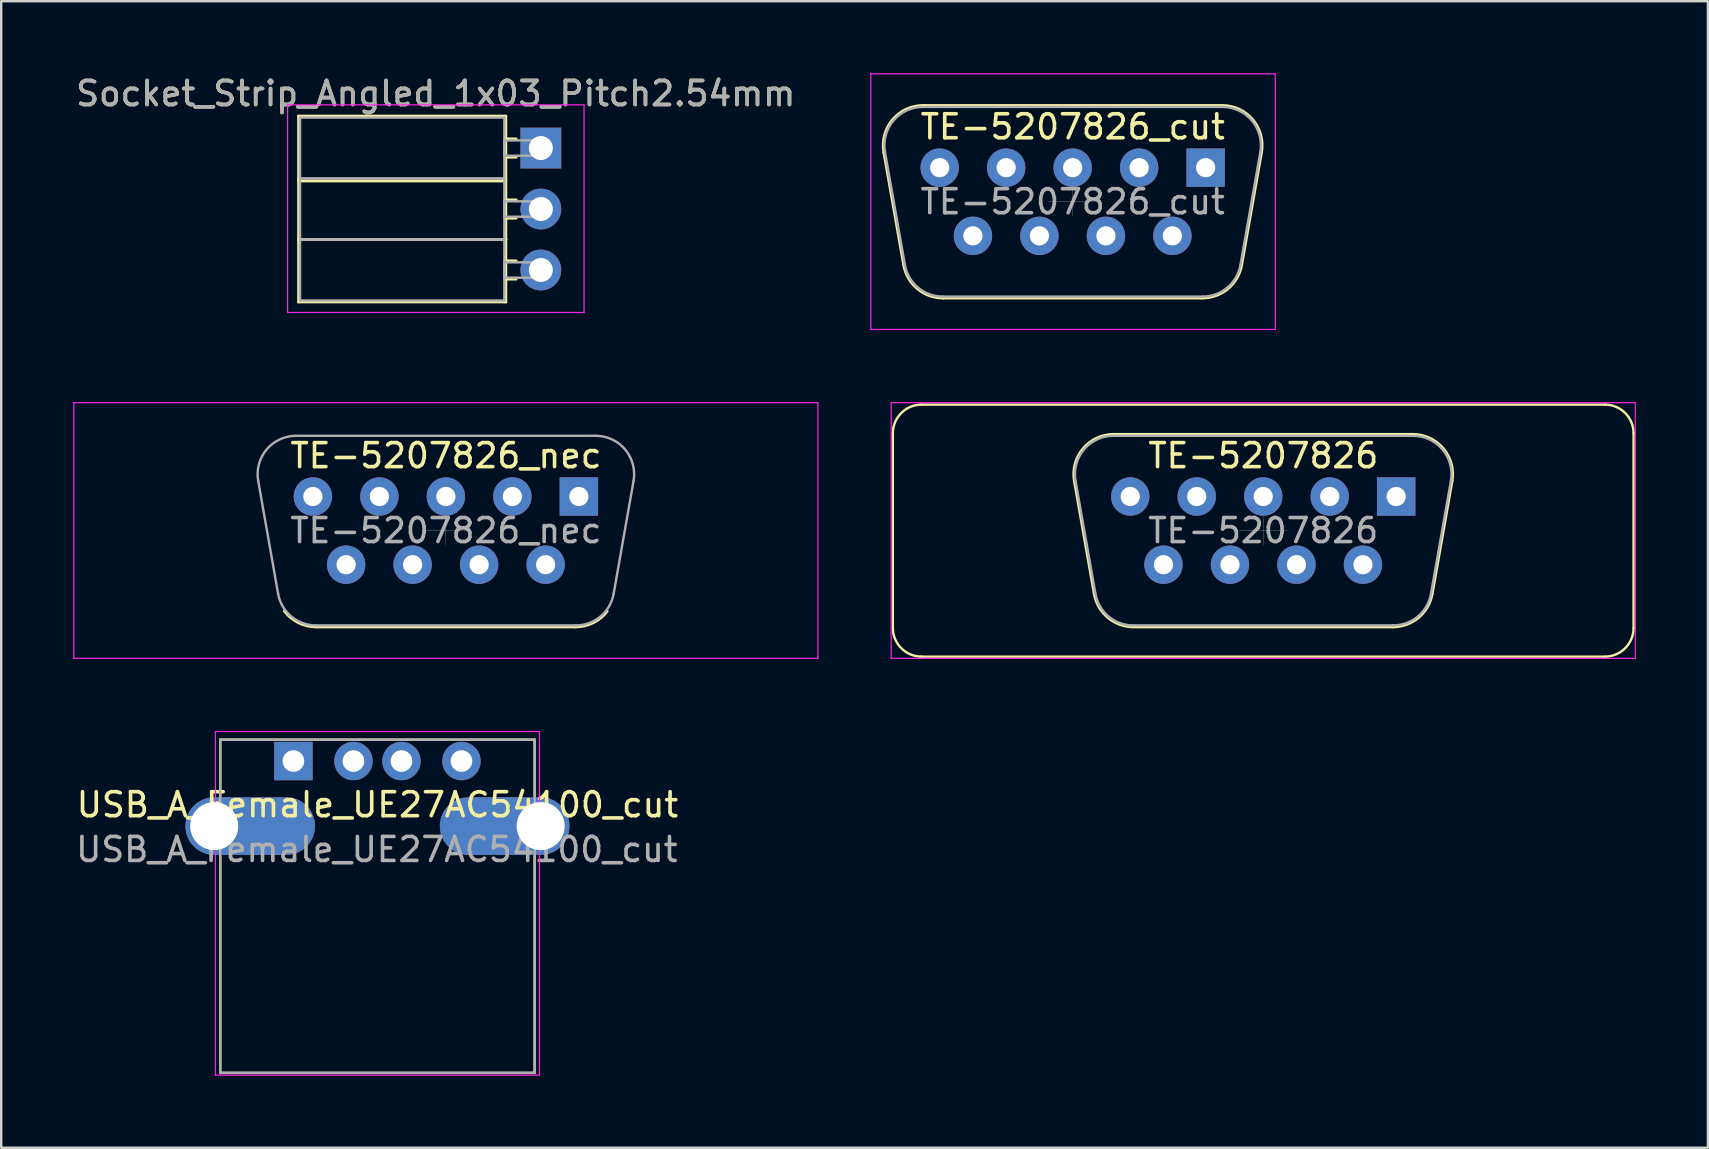
<source format=kicad_pcb>
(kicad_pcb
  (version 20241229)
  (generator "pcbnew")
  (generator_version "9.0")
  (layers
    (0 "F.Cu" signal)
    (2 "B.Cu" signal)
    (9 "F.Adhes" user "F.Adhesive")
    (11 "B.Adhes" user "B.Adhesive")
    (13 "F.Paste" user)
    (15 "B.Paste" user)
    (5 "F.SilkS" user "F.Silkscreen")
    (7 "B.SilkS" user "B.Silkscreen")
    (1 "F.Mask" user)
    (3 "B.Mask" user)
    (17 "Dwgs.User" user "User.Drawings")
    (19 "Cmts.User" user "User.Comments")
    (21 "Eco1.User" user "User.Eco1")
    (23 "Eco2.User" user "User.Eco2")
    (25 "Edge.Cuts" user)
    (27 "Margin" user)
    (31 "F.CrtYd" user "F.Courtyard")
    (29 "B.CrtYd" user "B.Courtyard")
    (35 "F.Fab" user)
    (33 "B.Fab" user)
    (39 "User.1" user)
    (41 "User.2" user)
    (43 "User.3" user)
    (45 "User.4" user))
  (footprint "TE-5207826_cut"
    (layer "F.Cu")
    (at 47.177 3.935)
    (property "Reference" "TE-5207826_cut" (at -5.537 -1.702 180) (layer "F.SilkS") (effects (font (size 1 1) (thickness 0.15))))
    (attr through_hole)
    (fp_line (start -13.406 -0.642) (end -12.578 4.058) (stroke (width 0.12) (type solid)) (layer "F.SilkS"))
    (fp_line (start -11.772 -2.59) (end 0.692 -2.59) (stroke (width 0.12) (type solid)) (layer "F.SilkS"))
    (fp_line (start -10.943 5.43) (end -0.137 5.43) (stroke (width 0.12) (type solid)) (layer "F.SilkS"))
    (fp_line (start 2.326 -0.642) (end 1.498 4.058) (stroke (width 0.12) (type solid)) (layer "F.SilkS"))
    (fp_arc (start -13.40647 -0.641744) (mid -13.043323 -1.997028) (end -11.771689 -2.59) (stroke (width 0.12) (type solid)) (layer "F.SilkS"))
    (fp_arc (start -10.942952 5.43) (mid -12.009979 5.041634) (end -12.577733 4.058256) (stroke (width 0.12) (type solid)) (layer "F.SilkS"))
    (fp_arc (start 0.691689 -2.59) (mid 1.963323 -1.997027) (end 2.32647 -0.641744) (stroke (width 0.12) (type solid)) (layer "F.SilkS"))
    (fp_arc (start 1.497733 4.058256) (mid 0.92998 5.041634) (end -0.137048 5.43) (stroke (width 0.12) (type solid)) (layer "F.SilkS"))
    (fp_line (start -6.54 1.42) (end -4.54 1.42) (stroke (width 0.01) (type solid)) (layer "Dwgs.User"))
    (fp_line (start -5.54 0.82) (end -5.54 2.02) (stroke (width 0.01) (type solid)) (layer "Dwgs.User"))
    (fp_line (start -13.95 -3.91) (end -13.95 6.74) (stroke (width 0.05) (type solid)) (layer "F.CrtYd"))
    (fp_line (start -13.95 6.74) (end 2.9 6.74) (stroke (width 0.05) (type solid)) (layer "F.CrtYd"))
    (fp_line (start 2.9 -3.91) (end -13.95 -3.91) (stroke (width 0.05) (type solid)) (layer "F.CrtYd"))
    (fp_line (start 2.9 6.74) (end 2.9 -3.91) (stroke (width 0.05) (type solid)) (layer "F.CrtYd"))
    (fp_line (start -13.359 -0.652) (end -12.53 4.048) (stroke (width 0.1) (type solid)) (layer "F.Fab"))
    (fp_line (start -11.783 -2.53) (end 0.703 -2.53) (stroke (width 0.1) (type solid)) (layer "F.Fab"))
    (fp_line (start -10.954 5.37) (end -0.126 5.37) (stroke (width 0.1) (type solid)) (layer "F.Fab"))
    (fp_line (start 2.279 -0.652) (end 1.45 4.048) (stroke (width 0.1) (type solid)) (layer "F.Fab"))
    (fp_arc (start -13.358886 -0.652163) (mid -13.008865 -1.95846) (end -11.783194 -2.53) (stroke (width 0.1) (type solid)) (layer "F.Fab"))
    (fp_arc (start -10.954457 5.37) (mid -11.982917 4.995671) (end -12.530149 4.047837) (stroke (width 0.1) (type solid)) (layer "F.Fab"))
    (fp_arc (start 0.703194 -2.53) (mid 1.928865 -1.95846) (end 2.278886 -0.652163) (stroke (width 0.1) (type solid)) (layer "F.Fab"))
    (fp_arc (start 1.450149 4.047837) (mid 0.902917 4.995671) (end -0.125543 5.37) (stroke (width 0.1) (type solid)) (layer "F.Fab"))
    (fp_text user "${REFERENCE}" (at -5.54 1.42 180) (layer "F.Fab") (effects (font (size 1 1) (thickness 0.15))))
    (pad "1" thru_hole rect (at 0 0) (size 1.6 1.6) (drill 0.8) (layers "*.Cu" "*.Mask"))
    (pad "2" thru_hole circle (at -2.77 0) (size 1.6 1.6) (drill 0.8) (layers "*.Cu" "*.Mask"))
    (pad "3" thru_hole circle (at -5.54 0) (size 1.6 1.6) (drill 0.8) (layers "*.Cu" "*.Mask"))
    (pad "4" thru_hole circle (at -8.31 0) (size 1.6 1.6) (drill 0.8) (layers "*.Cu" "*.Mask"))
    (pad "5" thru_hole circle (at -11.08 0) (size 1.6 1.6) (drill 0.8) (layers "*.Cu" "*.Mask"))
    (pad "6" thru_hole circle (at -1.385 2.84) (size 1.6 1.6) (drill 0.8) (layers "*.Cu" "*.Mask"))
    (pad "7" thru_hole circle (at -4.155 2.84) (size 1.6 1.6) (drill 0.8) (layers "*.Cu" "*.Mask"))
    (pad "8" thru_hole circle (at -6.925 2.84) (size 1.6 1.6) (drill 0.8) (layers "*.Cu" "*.Mask"))
    (pad "9" thru_hole circle (at -9.695 2.84) (size 1.6 1.6) (drill 0.8) (layers "*.Cu" "*.Mask")))
  (footprint "TE-5207826_nec"
    (layer "F.Cu")
    (at 21.065 17.635)
    (property "Reference" "TE-5207826_nec" (at -5.537 -1.702 180) (layer "F.SilkS") (effects (font (size 1 1) (thickness 0.15))))
    (attr through_hole)
    (fp_line (start -10.943 5.43) (end -0.137 5.43) (stroke (width 0.12) (type solid)) (layer "F.SilkS"))
    (fp_arc (start -10.942952 5.43) (mid -11.681066 5.256872) (end -12.265218 4.7736) (stroke (width 0.12) (type solid)) (layer "F.SilkS"))
    (fp_arc (start 1.177994 4.783047) (mid 0.595735 5.259506) (end -0.137048 5.43) (stroke (width 0.12) (type solid)) (layer "F.SilkS"))
    (fp_line (start -6.54 1.42) (end -4.54 1.42) (stroke (width 0.01) (type solid)) (layer "Dwgs.User"))
    (fp_line (start -5.54 0.82) (end -5.54 2.02) (stroke (width 0.01) (type solid)) (layer "Dwgs.User"))
    (fp_line (start -21.04 -3.91) (end -21.04 6.74) (stroke (width 0.05) (type solid)) (layer "F.CrtYd"))
    (fp_line (start -21.04 6.74) (end 9.96 6.74) (stroke (width 0.05) (type solid)) (layer "F.CrtYd"))
    (fp_line (start 9.96 -3.91) (end -21.04 -3.91) (stroke (width 0.05) (type solid)) (layer "F.CrtYd"))
    (fp_line (start 9.96 6.74) (end 9.96 -3.91) (stroke (width 0.05) (type solid)) (layer "F.CrtYd"))
    (fp_line (start -13.359 -0.652) (end -12.53 4.048) (stroke (width 0.1) (type solid)) (layer "F.Fab"))
    (fp_line (start -11.783 -2.53) (end 0.703 -2.53) (stroke (width 0.1) (type solid)) (layer "F.Fab"))
    (fp_line (start -10.954 5.37) (end -0.126 5.37) (stroke (width 0.1) (type solid)) (layer "F.Fab"))
    (fp_line (start 2.279 -0.652) (end 1.45 4.048) (stroke (width 0.1) (type solid)) (layer "F.Fab"))
    (fp_arc (start -13.358886 -0.652163) (mid -13.008865 -1.95846) (end -11.783194 -2.53) (stroke (width 0.1) (type solid)) (layer "F.Fab"))
    (fp_arc (start -10.954457 5.37) (mid -11.982917 4.995671) (end -12.530149 4.047837) (stroke (width 0.1) (type solid)) (layer "F.Fab"))
    (fp_arc (start 0.703194 -2.53) (mid 1.928865 -1.95846) (end 2.278886 -0.652163) (stroke (width 0.1) (type solid)) (layer "F.Fab"))
    (fp_arc (start 1.450149 4.047837) (mid 0.902917 4.995671) (end -0.125543 5.37) (stroke (width 0.1) (type solid)) (layer "F.Fab"))
    (fp_text user "${REFERENCE}" (at -5.54 1.42 180) (layer "F.Fab") (effects (font (size 1 1) (thickness 0.15))))
    (pad "1" thru_hole rect (at 0 0) (size 1.6 1.6) (drill 0.8) (layers "*.Cu" "*.Mask"))
    (pad "2" thru_hole circle (at -2.77 0) (size 1.6 1.6) (drill 0.8) (layers "*.Cu" "*.Mask"))
    (pad "3" thru_hole circle (at -5.54 0) (size 1.6 1.6) (drill 0.8) (layers "*.Cu" "*.Mask"))
    (pad "4" thru_hole circle (at -8.31 0) (size 1.6 1.6) (drill 0.8) (layers "*.Cu" "*.Mask"))
    (pad "5" thru_hole circle (at -11.08 0) (size 1.6 1.6) (drill 0.8) (layers "*.Cu" "*.Mask"))
    (pad "6" thru_hole circle (at -1.385 2.84) (size 1.6 1.6) (drill 0.8) (layers "*.Cu" "*.Mask"))
    (pad "7" thru_hole circle (at -4.155 2.84) (size 1.6 1.6) (drill 0.8) (layers "*.Cu" "*.Mask"))
    (pad "8" thru_hole circle (at -6.925 2.84) (size 1.6 1.6) (drill 0.8) (layers "*.Cu" "*.Mask"))
    (pad "9" thru_hole circle (at -9.695 2.84) (size 1.6 1.6) (drill 0.8) (layers "*.Cu" "*.Mask")))
  (footprint "TE-5207826"
    (layer "F.Cu")
    (at 55.115 17.635)
    (property "Reference" "TE-5207826" (at -5.537 -1.702 180) (layer "F.SilkS") (effects (font (size 1 1) (thickness 0.15))))
    (attr through_hole)
    (fp_line (start -20.97 5.47) (end -20.97 -2.63) (stroke (width 0.1) (type solid)) (layer "F.SilkS"))
    (fp_line (start -19.77 -3.83) (end 8.69 -3.83) (stroke (width 0.1) (type solid)) (layer "F.SilkS"))
    (fp_line (start -19.77 6.67) (end 8.69 6.67) (stroke (width 0.1) (type solid)) (layer "F.SilkS"))
    (fp_line (start -13.406 -0.642) (end -12.578 4.058) (stroke (width 0.12) (type solid)) (layer "F.SilkS"))
    (fp_line (start -11.772 -2.59) (end 0.692 -2.59) (stroke (width 0.12) (type solid)) (layer "F.SilkS"))
    (fp_line (start -10.943 5.43) (end -0.137 5.43) (stroke (width 0.12) (type solid)) (layer "F.SilkS"))
    (fp_line (start 2.326 -0.642) (end 1.498 4.058) (stroke (width 0.12) (type solid)) (layer "F.SilkS"))
    (fp_line (start 9.89 5.47) (end 9.89 -2.63) (stroke (width 0.1) (type solid)) (layer "F.SilkS"))
    (fp_arc (start -20.97 -2.63) (mid -20.618528 -3.478528) (end -19.77 -3.83) (stroke (width 0.1) (type solid)) (layer "F.SilkS"))
    (fp_arc (start -19.77 6.67) (mid -20.618528 6.318528) (end -20.97 5.47) (stroke (width 0.1) (type solid)) (layer "F.SilkS"))
    (fp_arc (start -13.40647 -0.641744) (mid -13.043323 -1.997028) (end -11.771689 -2.59) (stroke (width 0.12) (type solid)) (layer "F.SilkS"))
    (fp_arc (start -10.942952 5.43) (mid -12.009979 5.041634) (end -12.577733 4.058256) (stroke (width 0.12) (type solid)) (layer "F.SilkS"))
    (fp_arc (start 0.691689 -2.59) (mid 1.963323 -1.997027) (end 2.32647 -0.641744) (stroke (width 0.12) (type solid)) (layer "F.SilkS"))
    (fp_arc (start 1.497733 4.058256) (mid 0.92998 5.041634) (end -0.137048 5.43) (stroke (width 0.12) (type solid)) (layer "F.SilkS"))
    (fp_arc (start 8.69 -3.83) (mid 9.538528 -3.478528) (end 9.89 -2.63) (stroke (width 0.1) (type solid)) (layer "F.SilkS"))
    (fp_arc (start 9.89 5.47) (mid 9.538528 6.318528) (end 8.69 6.67) (stroke (width 0.1) (type solid)) (layer "F.SilkS"))
    (fp_line (start -6.54 1.42) (end -4.54 1.42) (stroke (width 0.01) (type solid)) (layer "Dwgs.User"))
    (fp_line (start -5.54 0.82) (end -5.54 2.02) (stroke (width 0.01) (type solid)) (layer "Dwgs.User"))
    (fp_line (start -21.04 -3.91) (end -21.04 6.74) (stroke (width 0.05) (type solid)) (layer "F.CrtYd"))
    (fp_line (start -21.04 6.74) (end 9.96 6.74) (stroke (width 0.05) (type solid)) (layer "F.CrtYd"))
    (fp_line (start 9.96 -3.91) (end -21.04 -3.91) (stroke (width 0.05) (type solid)) (layer "F.CrtYd"))
    (fp_line (start 9.96 6.74) (end 9.96 -3.91) (stroke (width 0.05) (type solid)) (layer "F.CrtYd"))
    (fp_line (start -13.359 -0.652) (end -12.53 4.048) (stroke (width 0.1) (type solid)) (layer "F.Fab"))
    (fp_line (start -11.783 -2.53) (end 0.703 -2.53) (stroke (width 0.1) (type solid)) (layer "F.Fab"))
    (fp_line (start -10.954 5.37) (end -0.126 5.37) (stroke (width 0.1) (type solid)) (layer "F.Fab"))
    (fp_line (start 2.279 -0.652) (end 1.45 4.048) (stroke (width 0.1) (type solid)) (layer "F.Fab"))
    (fp_arc (start -13.358886 -0.652163) (mid -13.008865 -1.95846) (end -11.783194 -2.53) (stroke (width 0.1) (type solid)) (layer "F.Fab"))
    (fp_arc (start -10.954457 5.37) (mid -11.982917 4.995671) (end -12.530149 4.047837) (stroke (width 0.1) (type solid)) (layer "F.Fab"))
    (fp_arc (start 0.703194 -2.53) (mid 1.928865 -1.95846) (end 2.278886 -0.652163) (stroke (width 0.1) (type solid)) (layer "F.Fab"))
    (fp_arc (start 1.450149 4.047837) (mid 0.902917 4.995671) (end -0.125543 5.37) (stroke (width 0.1) (type solid)) (layer "F.Fab"))
    (fp_text user "${REFERENCE}" (at -5.54 1.42 180) (layer "F.Fab") (effects (font (size 1 1) (thickness 0.15))))
    (pad "1" thru_hole rect (at 0 0) (size 1.6 1.6) (drill 0.8) (layers "*.Cu" "*.Mask"))
    (pad "2" thru_hole circle (at -2.77 0) (size 1.6 1.6) (drill 0.8) (layers "*.Cu" "*.Mask"))
    (pad "3" thru_hole circle (at -5.54 0) (size 1.6 1.6) (drill 0.8) (layers "*.Cu" "*.Mask"))
    (pad "4" thru_hole circle (at -8.31 0) (size 1.6 1.6) (drill 0.8) (layers "*.Cu" "*.Mask"))
    (pad "5" thru_hole circle (at -11.08 0) (size 1.6 1.6) (drill 0.8) (layers "*.Cu" "*.Mask"))
    (pad "6" thru_hole circle (at -1.385 2.84) (size 1.6 1.6) (drill 0.8) (layers "*.Cu" "*.Mask"))
    (pad "7" thru_hole circle (at -4.155 2.84) (size 1.6 1.6) (drill 0.8) (layers "*.Cu" "*.Mask"))
    (pad "8" thru_hole circle (at -6.925 2.84) (size 1.6 1.6) (drill 0.8) (layers "*.Cu" "*.Mask"))
    (pad "9" thru_hole circle (at -9.695 2.84) (size 1.6 1.6) (drill 0.8) (layers "*.Cu" "*.Mask")))
  (footprint "Socket_Strip_Angled_1x03_Pitch2.54mm"
    (layer "F.Cu")
    (at 19.481 3.118)
    (property "Reference" "Socket_Strip_Angled_1x03_Pitch2.54mm" (at -4.38 -2.27 0) (layer "F.SilkS") (effects (font (size 1 1) (thickness 0.15))))
    (attr through_hole)
    (fp_line (start -10.09 -1.33) (end -1.46 -1.33) (stroke (width 0.12) (type solid)) (layer "F.SilkS"))
    (fp_line (start -10.09 1.27) (end -10.09 -1.33) (stroke (width 0.12) (type solid)) (layer "F.SilkS"))
    (fp_line (start -10.09 3.81) (end -10.09 1.27) (stroke (width 0.12) (type solid)) (layer "F.SilkS"))
    (fp_line (start -10.09 3.81) (end -1.46 3.81) (stroke (width 0.12) (type solid)) (layer "F.SilkS"))
    (fp_line (start -10.09 6.41) (end -10.09 3.81) (stroke (width 0.12) (type solid)) (layer "F.SilkS"))
    (fp_line (start -1.46 -1.33) (end -1.46 1.27) (stroke (width 0.12) (type solid)) (layer "F.SilkS"))
    (fp_line (start -1.46 1.27) (end -1.46 3.81) (stroke (width 0.12) (type solid)) (layer "F.SilkS"))
    (fp_line (start -1.46 1.37) (end -10.09 1.37) (stroke (width 0.12) (type solid)) (layer "F.SilkS"))
    (fp_line (start -1.46 3.81) (end -10.09 3.81) (stroke (width 0.12) (type solid)) (layer "F.SilkS"))
    (fp_line (start -1.46 3.81) (end -1.46 6.41) (stroke (width 0.12) (type solid)) (layer "F.SilkS"))
    (fp_line (start -1.46 6.41) (end -10.09 6.41) (stroke (width 0.12) (type solid)) (layer "F.SilkS"))
    (fp_line (start -1.03 -0.38) (end -1.46 -0.38) (stroke (width 0.12) (type solid)) (layer "F.SilkS"))
    (fp_line (start -1.03 0.38) (end -1.46 0.38) (stroke (width 0.12) (type solid)) (layer "F.SilkS"))
    (fp_line (start -1.03 2.16) (end -1.46 2.16) (stroke (width 0.12) (type solid)) (layer "F.SilkS"))
    (fp_line (start -1.03 2.92) (end -1.46 2.92) (stroke (width 0.12) (type solid)) (layer "F.SilkS"))
    (fp_line (start -1.03 4.7) (end -1.46 4.7) (stroke (width 0.12) (type solid)) (layer "F.SilkS"))
    (fp_line (start -1.03 5.46) (end -1.46 5.46) (stroke (width 0.12) (type solid)) (layer "F.SilkS"))
    (fp_line (start -10.55 -1.8) (end 1.8 -1.8) (stroke (width 0.05) (type solid)) (layer "F.CrtYd"))
    (fp_line (start -10.55 6.85) (end -10.55 -1.8) (stroke (width 0.05) (type solid)) (layer "F.CrtYd"))
    (fp_line (start 1.8 -1.8) (end 1.8 6.85) (stroke (width 0.05) (type solid)) (layer "F.CrtYd"))
    (fp_line (start 1.8 6.85) (end -10.55 6.85) (stroke (width 0.05) (type solid)) (layer "F.CrtYd"))
    (fp_line (start -10.03 -1.27) (end -1.52 -1.27) (stroke (width 0.1) (type solid)) (layer "F.Fab"))
    (fp_line (start -10.03 1.27) (end -10.03 -1.27) (stroke (width 0.1) (type solid)) (layer "F.Fab"))
    (fp_line (start -10.03 1.27) (end -1.52 1.27) (stroke (width 0.1) (type solid)) (layer "F.Fab"))
    (fp_line (start -10.03 3.81) (end -10.03 1.27) (stroke (width 0.1) (type solid)) (layer "F.Fab"))
    (fp_line (start -10.03 3.81) (end -1.52 3.81) (stroke (width 0.1) (type solid)) (layer "F.Fab"))
    (fp_line (start -10.03 6.35) (end -10.03 3.81) (stroke (width 0.1) (type solid)) (layer "F.Fab"))
    (fp_line (start -1.52 -1.27) (end -1.52 1.27) (stroke (width 0.1) (type solid)) (layer "F.Fab"))
    (fp_line (start -1.52 -0.32) (end 0 -0.32) (stroke (width 0.1) (type solid)) (layer "F.Fab"))
    (fp_line (start -1.52 0.32) (end -1.52 -0.32) (stroke (width 0.1) (type solid)) (layer "F.Fab"))
    (fp_line (start -1.52 1.27) (end -10.03 1.27) (stroke (width 0.1) (type solid)) (layer "F.Fab"))
    (fp_line (start -1.52 1.27) (end -1.52 3.81) (stroke (width 0.1) (type solid)) (layer "F.Fab"))
    (fp_line (start -1.52 2.22) (end 0 2.22) (stroke (width 0.1) (type solid)) (layer "F.Fab"))
    (fp_line (start -1.52 2.86) (end -1.52 2.22) (stroke (width 0.1) (type solid)) (layer "F.Fab"))
    (fp_line (start -1.52 3.81) (end -10.03 3.81) (stroke (width 0.1) (type solid)) (layer "F.Fab"))
    (fp_line (start -1.52 3.81) (end -1.52 6.35) (stroke (width 0.1) (type solid)) (layer "F.Fab"))
    (fp_line (start -1.52 4.76) (end 0 4.76) (stroke (width 0.1) (type solid)) (layer "F.Fab"))
    (fp_line (start -1.52 5.4) (end -1.52 4.76) (stroke (width 0.1) (type solid)) (layer "F.Fab"))
    (fp_line (start -1.52 6.35) (end -10.03 6.35) (stroke (width 0.1) (type solid)) (layer "F.Fab"))
    (fp_line (start 0 -0.32) (end 0 0.32) (stroke (width 0.1) (type solid)) (layer "F.Fab"))
    (fp_line (start 0 0.32) (end -1.52 0.32) (stroke (width 0.1) (type solid)) (layer "F.Fab"))
    (fp_line (start 0 2.22) (end 0 2.86) (stroke (width 0.1) (type solid)) (layer "F.Fab"))
    (fp_line (start 0 2.86) (end -1.52 2.86) (stroke (width 0.1) (type solid)) (layer "F.Fab"))
    (fp_line (start 0 4.76) (end 0 5.4) (stroke (width 0.1) (type solid)) (layer "F.Fab"))
    (fp_line (start 0 5.4) (end -1.52 5.4) (stroke (width 0.1) (type solid)) (layer "F.Fab"))
    (fp_text user "${REFERENCE}" (at -4.38 -2.27 0) (layer "F.Fab") (effects (font (size 1 1) (thickness 0.15))))
    (pad "1" thru_hole rect (at 0 0) (size 1.7 1.7) (drill 1) (layers "*.Cu" "*.Mask"))
    (pad "2" thru_hole oval (at 0 2.54) (size 1.7 1.7) (drill 1) (layers "*.Cu" "*.Mask"))
    (pad "3" thru_hole oval (at 0 5.08) (size 1.7 1.7) (drill 1) (layers "*.Cu" "*.Mask")))
  (footprint "USB_A_Female_UE27AC54100_cut"
    (layer "F.Cu")
    (at 12.674 31.365)
    (property "Reference" "USB_A_Female_UE27AC54100_cut" (at 0 -0.889 0) (unlocked yes) (layer "F.SilkS") (effects (font (size 1 1) (thickness 0.15))))
    (attr through_hole)
    (fp_line (start -6.55 -3.6) (end -6.55 -1.25) (stroke (width 0.1) (type solid)) (layer "F.SilkS"))
    (fp_line (start -6.55 -3.6) (end 6.55 -3.6) (stroke (width 0.1) (type solid)) (layer "F.SilkS"))
    (fp_line (start -6.55 1.25) (end -6.55 10.28) (stroke (width 0.1) (type solid)) (layer "F.SilkS"))
    (fp_line (start 6.55 -3.6) (end 6.55 -1.25) (stroke (width 0.1) (type solid)) (layer "F.SilkS"))
    (fp_line (start 6.55 1.25) (end 6.55 10.28) (stroke (width 0.1) (type solid)) (layer "F.SilkS"))
    (fp_line (start 6.55 10.28) (end -6.55 10.28) (stroke (width 0.1) (type solid)) (layer "F.SilkS"))
    (fp_line (start -6.75 -3.94) (end -6.75 10.375) (stroke (width 0.05) (type solid)) (layer "F.CrtYd"))
    (fp_line (start -6.75 -3.94) (end 6.75 -3.94) (stroke (width 0.05) (type solid)) (layer "F.CrtYd"))
    (fp_line (start -6.75 10.375) (end 6.75 10.375) (stroke (width 0.05) (type solid)) (layer "F.CrtYd"))
    (fp_line (start 6.75 -3.94) (end 6.75 10.375) (stroke (width 0.05) (type solid)) (layer "F.CrtYd"))
    (fp_line (start -6.55 -3.6) (end -6.55 10.28) (stroke (width 0.1) (type solid)) (layer "F.Fab"))
    (fp_line (start -6.55 -3.6) (end 6.55 -3.6) (stroke (width 0.1) (type solid)) (layer "F.Fab"))
    (fp_line (start -6.55 10.28) (end 6.55 10.28) (stroke (width 0.1) (type solid)) (layer "F.Fab"))
    (fp_line (start 6.55 -3.6) (end 6.55 10.28) (stroke (width 0.1) (type solid)) (layer "F.Fab"))
    (fp_text user "${REFERENCE}" (at -0.025 0.975 180) (layer "F.Fab") (effects (font (size 1 1) (thickness 0.15))))
    (pad "1" thru_hole rect (at -3.5 -2.71) (size 1.6 1.6) (drill 0.9) (layers "*.Cu" "*.Mask"))
    (pad "2" thru_hole circle (at -1 -2.71) (size 1.6 1.6) (drill 0.9) (layers "*.Cu" "*.Mask"))
    (pad "3" thru_hole circle (at 1 -2.71) (size 1.6 1.6) (drill 0.9) (layers "*.Cu" "*.Mask"))
    (pad "4" thru_hole circle (at 3.5 -2.71) (size 1.6 1.6) (drill 0.9) (layers "*.Cu" "*.Mask"))
    (pad "SH" thru_hole oval (at -6.8 0) (size 5.4 2.4) (drill 2 (offset 1.5 0)) (layers "*.Cu" "*.Mask"))
    (pad "SH" thru_hole oval (at 6.8 0) (size 5.4 2.4) (drill 2 (offset -1.5 0)) (layers "*.Cu" "*.Mask")))
  (gr_rect
    (start -3 -3)
    (end 68.1 44.765)
    (stroke (width 0.1) (type default))
    (fill no)
    (layer "Edge.Cuts")))
</source>
